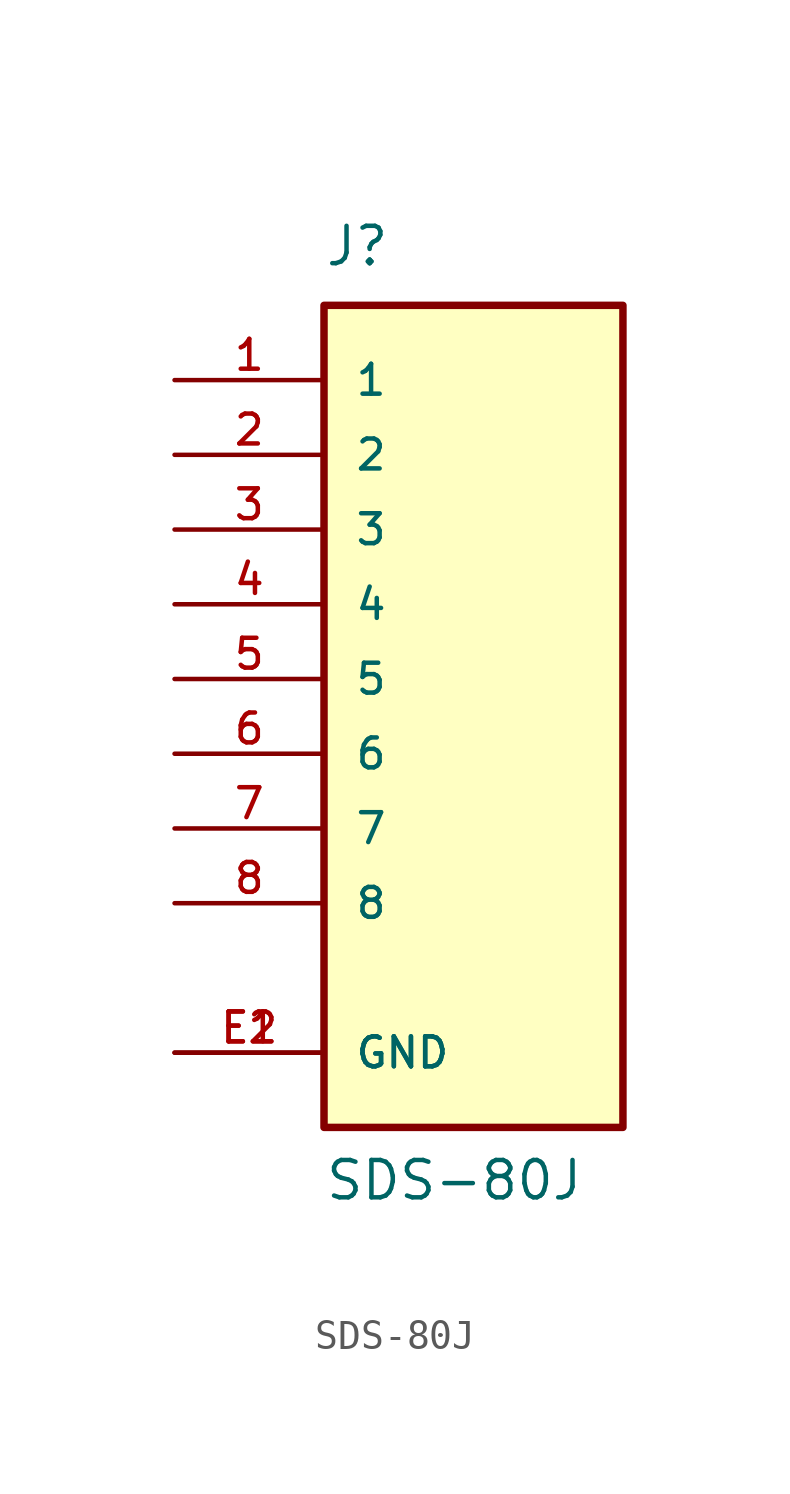
<source format=kicad_sym>
(kicad_symbol_lib
  (version 20211014)
  (generator kicad_symbol_editor)
  (symbol "SDS-80J"
    (pin_names
      (offset 1.016))
    (property "Reference" "J"
      (at -5.08 13.97 0)
      (effects (font (size 1.27 1.27)) (justify bottom left)))
    (property "Value" "SDS-80J"
      (at -5.08 -17.78 0)
      (effects (font (size 1.27 1.27)) (justify bottom left)))
    (symbol "SDS-80J_0_0"
      (rectangle (start -5.08 -15.24) (end 5.08 12.7) (stroke (width 0.254)) (fill (type background)))
      (pin passive line (at -10.16 10.16 0) (length 5.08) (name "1" (effects (font (size 1.016 1.016)))) (number "1" (effects (font (size 1.016 1.016)))))
      (pin passive line (at -10.16 7.62 0) (length 5.08) (name "2" (effects (font (size 1.016 1.016)))) (number "2" (effects (font (size 1.016 1.016)))))
      (pin passive line (at -10.16 5.08 0) (length 5.08) (name "3" (effects (font (size 1.016 1.016)))) (number "3" (effects (font (size 1.016 1.016)))))
      (pin passive line (at -10.16 2.54 0) (length 5.08) (name "4" (effects (font (size 1.016 1.016)))) (number "4" (effects (font (size 1.016 1.016)))))
      (pin power_in line (at -10.16 -12.7 0) (length 5.08) (name "GND" (effects (font (size 1.016 1.016)))) (number "E1" (effects (font (size 1.016 1.016)))))
      (pin power_in line (at -10.16 -12.7 0) (length 5.08) (name "GND" (effects (font (size 1.016 1.016)))) (number "E2" (effects (font (size 1.016 1.016)))))
      (pin passive line (at -10.16 0.0 0) (length 5.08) (name "5" (effects (font (size 1.016 1.016)))) (number "5" (effects (font (size 1.016 1.016)))))
      (pin passive line (at -10.16 -2.54 0) (length 5.08) (name "6" (effects (font (size 1.016 1.016)))) (number "6" (effects (font (size 1.016 1.016)))))
      (pin passive line (at -10.16 -5.08 0) (length 5.08) (name "7" (effects (font (size 1.016 1.016)))) (number "7" (effects (font (size 1.016 1.016)))))
      (pin passive line (at -10.16 -7.62 0) (length 5.08) (name "8" (effects (font (size 1.016 1.016)))) (number "8" (effects (font (size 1.016 1.016))))))))
</source>
